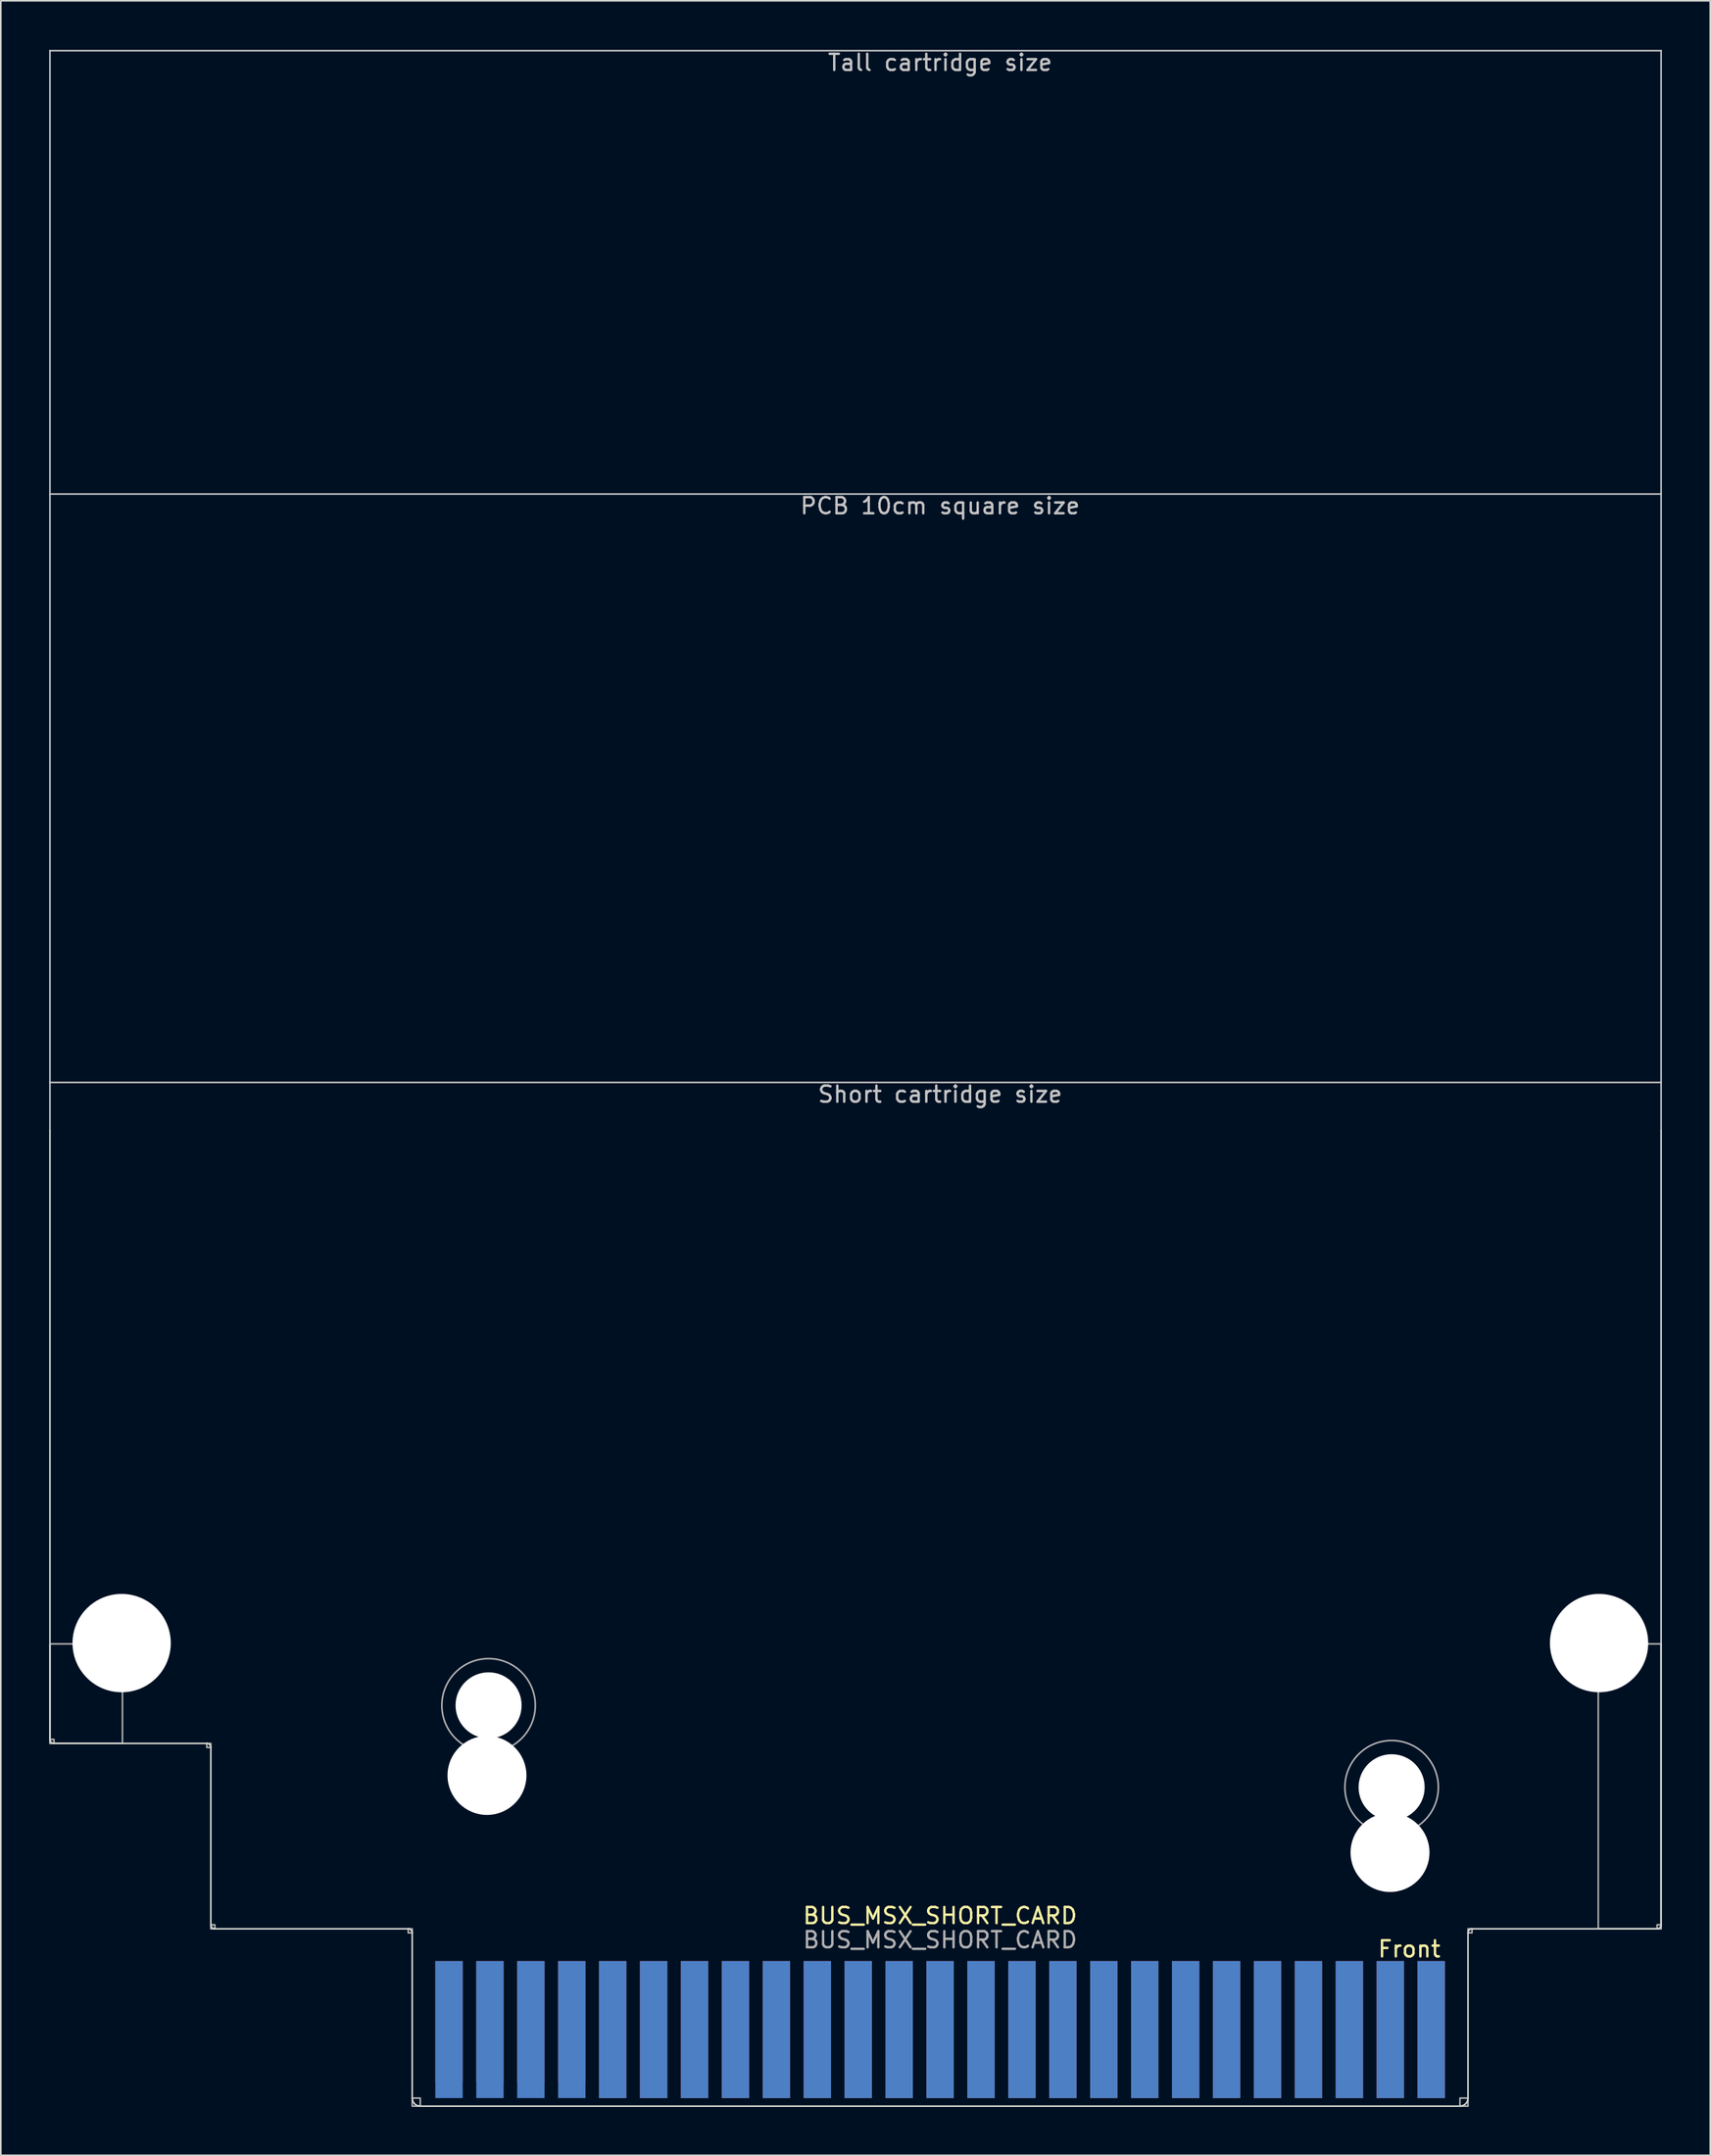
<source format=kicad_pcb>
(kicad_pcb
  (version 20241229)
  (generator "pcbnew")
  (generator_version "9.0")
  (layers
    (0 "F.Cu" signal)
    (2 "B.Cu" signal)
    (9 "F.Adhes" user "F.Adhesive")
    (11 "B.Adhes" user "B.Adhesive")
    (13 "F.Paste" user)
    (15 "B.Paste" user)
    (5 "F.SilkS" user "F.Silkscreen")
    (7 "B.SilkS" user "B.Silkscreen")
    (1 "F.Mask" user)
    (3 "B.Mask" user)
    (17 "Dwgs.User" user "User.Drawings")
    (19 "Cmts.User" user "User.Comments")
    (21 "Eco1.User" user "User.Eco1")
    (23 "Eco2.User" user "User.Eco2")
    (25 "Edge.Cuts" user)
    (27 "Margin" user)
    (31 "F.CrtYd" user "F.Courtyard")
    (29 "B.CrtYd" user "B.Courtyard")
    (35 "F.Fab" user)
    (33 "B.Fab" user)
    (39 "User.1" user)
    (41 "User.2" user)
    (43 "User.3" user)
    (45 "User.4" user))
  (footprint "BUS_MSX_SHORT_CARD"
    (layer "F.Cu")
    (at 55.3 123.284)
    (property "Reference" "BUS_MSX_SHORT_CARD" (at 0 -7.5 0) (layer "F.SilkS") (effects (font (size 1 1) (thickness 0.15))))
    (attr through_hole exclude_from_pos_files exclude_from_bom)
    (fp_rect (start -32.76 -4.69) (end 32.77 4.31) (stroke (width 0.1) (type solid)) (fill yes) (layer "F.Mask"))
    (fp_rect (start -32.76 -4.69) (end 32.77 4.31) (stroke (width 0.1) (type solid)) (fill yes) (layer "B.Mask"))
    (fp_line (start -55.25 -95.69) (end -55.25 -123.19) (stroke (width 0.1) (type solid)) (layer "Dwgs.User"))
    (fp_line (start -55.25 -95.69) (end -55.25 -59.19) (stroke (width 0.1) (type solid)) (layer "Dwgs.User"))
    (fp_line (start -55.25 -56.19) (end -55.25 -59.19) (stroke (width 0.1) (type solid)) (layer "Dwgs.User"))
    (fp_line (start 44.75 -123.19) (end -55.25 -123.19) (stroke (width 0.1) (type solid)) (layer "Dwgs.User"))
    (fp_line (start 44.75 -95.69) (end -55.25 -95.69) (stroke (width 0.1) (type solid)) (layer "Dwgs.User"))
    (fp_line (start 44.75 -95.69) (end 44.75 -123.19) (stroke (width 0.1) (type solid)) (layer "Dwgs.User"))
    (fp_line (start 44.75 -95.69) (end 44.75 -59.19) (stroke (width 0.1) (type solid)) (layer "Dwgs.User"))
    (fp_line (start 44.75 -59.19) (end -55.25 -59.19) (stroke (width 0.1) (type solid)) (layer "Dwgs.User"))
    (fp_line (start 44.75 -56.19) (end 44.75 -59.19) (stroke (width 0.1) (type solid)) (layer "Dwgs.User"))
    (fp_line (start -55.25 -18.44) (end -55.25 -56.19) (stroke (width 0.1) (type default)) (layer "Edge.Cuts"))
    (fp_line (start -45.515 -18.19) (end -55 -18.19) (stroke (width 0.1) (type default)) (layer "Edge.Cuts"))
    (fp_line (start -45.265 -6.94) (end -45.265 -17.94) (stroke (width 0.1) (type default)) (layer "Edge.Cuts"))
    (fp_line (start -33.015 -6.69) (end -45.015 -6.69) (stroke (width 0.1) (type default)) (layer "Edge.Cuts"))
    (fp_line (start -32.765 3.81) (end -32.765 -6.44) (stroke (width 0.1) (type default)) (layer "Edge.Cuts"))
    (fp_line (start 32.265 4.31) (end -32.265 4.31) (stroke (width 0.1) (type default)) (layer "Edge.Cuts"))
    (fp_line (start 32.765 3.81) (end 32.765 -6.44) (stroke (width 0.1) (type default)) (layer "Edge.Cuts"))
    (fp_line (start 33.015 -6.69) (end 44.5 -6.69) (stroke (width 0.1) (type default)) (layer "Edge.Cuts"))
    (fp_line (start 44.75 -6.94) (end 44.75 -56.19) (stroke (width 0.1) (type default)) (layer "Edge.Cuts"))
    (fp_arc (start -55 -18.19) (mid -55.176777 -18.263223) (end -55.25 -18.44) (stroke (width 0.1) (type default)) (layer "Edge.Cuts"))
    (fp_arc (start -45.515 -18.19) (mid -45.338223 -18.116777) (end -45.265 -17.94) (stroke (width 0.1) (type default)) (layer "Edge.Cuts"))
    (fp_arc (start -45.015 -6.69) (mid -45.191777 -6.763223) (end -45.265 -6.94) (stroke (width 0.1) (type default)) (layer "Edge.Cuts"))
    (fp_arc (start -33.015 -6.69) (mid -32.838223 -6.616777) (end -32.765 -6.44) (stroke (width 0.1) (type default)) (layer "Edge.Cuts"))
    (fp_arc (start -32.265 4.31) (mid -32.618553 4.163553) (end -32.765 3.81) (stroke (width 0.1) (type default)) (layer "Edge.Cuts"))
    (fp_arc (start 32.765 -6.44) (mid 32.838223 -6.616777) (end 33.015 -6.69) (stroke (width 0.1) (type default)) (layer "Edge.Cuts"))
    (fp_arc (start 32.765 3.81) (mid 32.618553 4.163553) (end 32.265 4.31) (stroke (width 0.1) (type default)) (layer "Edge.Cuts"))
    (fp_arc (start 44.75 -6.94) (mid 44.676777 -6.763223) (end 44.5 -6.69) (stroke (width 0.1) (type default)) (layer "Edge.Cuts"))
    (fp_rect (start -55.25 -18.44) (end -55 -18.19) (stroke (width 0.1) (type default)) (fill no) (layer "F.Fab"))
    (fp_rect (start -55.25 -18.19) (end -50.75 -24.363) (stroke (width 0.1) (type default)) (fill no) (layer "F.Fab"))
    (fp_rect (start -45.515 -18.19) (end -45.265 -17.94) (stroke (width 0.1) (type solid)) (fill no) (layer "F.Fab"))
    (fp_rect (start -45.265 -6.94) (end -45.015 -6.69) (stroke (width 0.1) (type default)) (fill no) (layer "F.Fab"))
    (fp_rect (start -33.015 -6.69) (end -32.765 -6.44) (stroke (width 0.1) (type default)) (fill no) (layer "F.Fab"))
    (fp_rect (start -32.765 3.81) (end -32.265 4.31) (stroke (width 0.1) (type solid)) (fill no) (layer "F.Fab"))
    (fp_rect (start 32.265 3.81) (end 32.765 4.31) (stroke (width 0.1) (type solid)) (fill no) (layer "F.Fab"))
    (fp_rect (start 32.765 -6.69) (end 33.015 -6.44) (stroke (width 0.1) (type default)) (fill no) (layer "F.Fab"))
    (fp_rect (start 40.85 -24.363) (end 44.75 -6.69) (stroke (width 0.1) (type default)) (fill no) (layer "F.Fab"))
    (fp_rect (start 44.5 -6.94) (end 44.75 -6.69) (stroke (width 0.1) (type default)) (fill no) (layer "F.Fab"))
    (fp_circle (center -28.025 -20.55) (end -25.125 -20.55) (stroke (width 0.1) (type default)) (fill no) (layer "F.Fab"))
    (fp_circle (center 28.025 -15.47) (end 30.925 -15.47) (stroke (width 0.1) (type default)) (fill no) (layer "F.Fab"))
    (fp_text user "Front" (at 27.09 -4.85 0) (unlocked yes) (layer "F.SilkS") (effects (font (size 1 1) (thickness 0.153)) (justify left bottom)))
    (fp_text user "PCB 10cm square size" (at 0 -95.537 0) (unlocked yes) (layer "Dwgs.User") (effects (font (size 1 1) (thickness 0.15)) (justify top)))
    (fp_text user "Short cartridge size" (at 0 -59.037 0) (unlocked yes) (layer "Dwgs.User") (effects (font (size 1 1) (thickness 0.153)) (justify top)))
    (fp_text user "Tall cartridge size" (at 0 -123.037 0) (unlocked yes) (layer "Dwgs.User") (effects (font (size 1 1) (thickness 0.15)) (justify top)))
    (fp_text user "${REFERENCE}" (at 0 -6 0) (layer "F.Fab") (effects (font (size 1 1) (thickness 0.15))))
    (pad "" np_thru_hole circle (at -50.8 -24.413) (size 6.1 6.1) (drill 6.1) (layers "*.Cu" "*.Mask"))
    (pad "" np_thru_hole circle (at -28.125 -16.205) (size 4.9 4.9) (drill 4.9) (layers "*.Cu" "*.Mask"))
    (pad "" np_thru_hole circle (at -28.025 -20.55) (size 4.1 4.1) (drill 4.1) (layers "*.Cu" "*.Mask"))
    (pad "" np_thru_hole circle (at 27.925 -11.425) (size 4.9 4.9) (drill 4.9) (layers "*.Cu" "*.Mask"))
    (pad "" np_thru_hole circle (at 28.025 -15.47) (size 4.1 4.1) (drill 4.1) (layers "*.Cu" "*.Mask"))
    (pad "" np_thru_hole circle (at 40.9 -24.413) (size 6.1 6.1) (drill 6.1) (layers "*.Cu" "*.Mask"))
    (pad "1" connect rect (at 30.48 -0.44) (size 1.7 8.5) (layers "B.Cu" "B.Mask"))
    (pad "2" connect rect (at 30.48 -0.44) (size 1.7 8.5) (layers "F.Cu" "F.Mask"))
    (pad "3" connect rect (at 27.94 -0.44) (size 1.7 8.5) (layers "B.Cu" "B.Mask"))
    (pad "4" connect rect (at 27.94 -0.44) (size 1.7 8.5) (layers "F.Cu" "F.Mask"))
    (pad "5" connect rect (at 25.4 -0.44) (size 1.7 8.5) (layers "B.Cu" "B.Mask"))
    (pad "6" connect rect (at 25.4 -0.44) (size 1.7 8.5) (layers "F.Cu" "F.Mask"))
    (pad "7" connect rect (at 22.86 -0.44) (size 1.7 8.5) (layers "B.Cu" "B.Mask"))
    (pad "8" connect rect (at 22.86 -0.44) (size 1.7 8.5) (layers "F.Cu" "F.Mask"))
    (pad "9" connect rect (at 20.32 -0.44) (size 1.7 8.5) (layers "B.Cu" "B.Mask"))
    (pad "10" connect rect (at 20.32 -0.44) (size 1.7 8.5) (layers "F.Cu" "F.Mask"))
    (pad "11" connect rect (at 17.78 -0.44) (size 1.7 8.5) (layers "B.Cu" "B.Mask"))
    (pad "12" connect rect (at 17.78 -0.44) (size 1.7 8.5) (layers "F.Cu" "F.Mask"))
    (pad "13" connect rect (at 15.24 -0.44) (size 1.7 8.5) (layers "B.Cu" "B.Mask"))
    (pad "14" connect rect (at 15.24 -0.44) (size 1.7 8.5) (layers "F.Cu" "F.Mask"))
    (pad "15" connect rect (at 12.7 -0.44) (size 1.7 8.5) (layers "B.Cu" "B.Mask"))
    (pad "16" connect rect (at 12.7 -0.44) (size 1.7 8.5) (layers "F.Cu" "F.Mask"))
    (pad "17" connect rect (at 10.16 -0.44) (size 1.7 8.5) (layers "B.Cu" "B.Mask"))
    (pad "18" connect rect (at 10.16 -0.44) (size 1.7 8.5) (layers "F.Cu" "F.Mask"))
    (pad "19" connect rect (at 7.62 -0.44) (size 1.7 8.5) (layers "B.Cu" "B.Mask"))
    (pad "20" connect rect (at 7.62 -0.44) (size 1.7 8.5) (layers "F.Cu" "F.Mask"))
    (pad "21" connect rect (at 5.08 -0.44) (size 1.7 8.5) (layers "B.Cu" "B.Mask"))
    (pad "22" connect rect (at 5.08 -0.44) (size 1.7 8.5) (layers "F.Cu" "F.Mask"))
    (pad "23" connect rect (at 2.54 -0.44) (size 1.7 8.5) (layers "B.Cu" "B.Mask"))
    (pad "24" connect rect (at 2.54 -0.44) (size 1.7 8.5) (layers "F.Cu" "F.Mask"))
    (pad "25" connect rect (at 0 -0.44) (size 1.7 8.5) (layers "B.Cu" "B.Mask"))
    (pad "26" connect rect (at 0 -0.44) (size 1.7 8.5) (layers "F.Cu" "F.Mask"))
    (pad "27" connect rect (at -2.54 -0.44) (size 1.7 8.5) (layers "B.Cu" "B.Mask"))
    (pad "28" connect rect (at -2.54 -0.44) (size 1.7 8.5) (layers "F.Cu" "F.Mask"))
    (pad "29" connect rect (at -5.08 -0.44) (size 1.7 8.5) (layers "B.Cu" "B.Mask"))
    (pad "30" connect rect (at -5.08 -0.44) (size 1.7 8.5) (layers "F.Cu" "F.Mask"))
    (pad "31" connect rect (at -7.62 -0.44) (size 1.7 8.5) (layers "B.Cu" "B.Mask"))
    (pad "32" connect rect (at -7.62 -0.44) (size 1.7 8.5) (layers "F.Cu" "F.Mask"))
    (pad "33" connect rect (at -10.16 -0.44) (size 1.7 8.5) (layers "B.Cu" "B.Mask"))
    (pad "34" connect rect (at -10.16 -0.44) (size 1.7 8.5) (layers "F.Cu" "F.Mask"))
    (pad "35" connect rect (at -12.7 -0.44) (size 1.7 8.5) (layers "B.Cu" "B.Mask"))
    (pad "36" connect rect (at -12.7 -0.44) (size 1.7 8.5) (layers "F.Cu" "F.Mask"))
    (pad "37" connect rect (at -15.24 -0.44) (size 1.7 8.5) (layers "B.Cu" "B.Mask"))
    (pad "38" connect rect (at -15.24 -0.44) (size 1.7 8.5) (layers "F.Cu" "F.Mask"))
    (pad "39" connect rect (at -17.78 -0.44) (size 1.7 8.5) (layers "B.Cu" "B.Mask"))
    (pad "40" connect rect (at -17.78 -0.44) (size 1.7 8.5) (layers "F.Cu" "F.Mask"))
    (pad "41" connect rect (at -20.32 -0.44) (size 1.7 8.5) (layers "B.Cu" "B.Mask"))
    (pad "42" connect rect (at -20.32 -0.44) (size 1.7 8.5) (layers "F.Cu" "F.Mask"))
    (pad "43" connect rect (at -22.86 -0.44) (size 1.7 8.5) (layers "B.Cu" "B.Mask"))
    (pad "44" connect rect (at -22.86 -0.94) (size 1.7 7.5) (layers "F.Cu" "F.Mask"))
    (pad "45" connect rect (at -25.4 -0.44) (size 1.7 8.5) (layers "B.Cu" "B.Mask"))
    (pad "46" connect rect (at -25.4 -0.94) (size 1.7 7.5) (layers "F.Cu" "F.Mask"))
    (pad "47" connect rect (at -27.94 -0.44) (size 1.7 8.5) (layers "B.Cu" "B.Mask"))
    (pad "48" connect rect (at -27.94 -0.94) (size 1.7 7.5) (layers "F.Cu" "F.Mask"))
    (pad "49" connect rect (at -30.48 -0.44) (size 1.7 8.5) (layers "B.Cu" "B.Mask"))
    (pad "50" connect rect (at -30.48 -0.94) (size 1.7 7.5) (layers "F.Cu" "F.Mask"))
    (zone (net_name "") (layers "F.Cu" "B.Cu") (hatch edge 0.5) (connect_pads) (min_thickness 0.25) (filled_areas_thickness no) (keepout (tracks not_allowed) (vias not_allowed) (pads not_allowed) (copperpour not_allowed) (footprints allowed)) (placement (enabled no)) (fill) (polygon (pts (xy 23.97 118.594) (xy 22.56 118.594) (xy 22.56 127.573) (xy 88.04 127.573) (xy 88.04 118.594) (xy 86.63 118.594) (xy 86.63 127.094) (xy 84.93 127.094) (xy 84.93 118.594) (xy 84.09 118.594) (xy 84.09 127.094) (xy 82.39 127.094) (xy 82.39 118.594) (xy 81.55 118.594) (xy 81.55 127.094) (xy 79.85 127.094) (xy 79.85 118.594) (xy 79.01 118.594) (xy 79.01 127.094) (xy 77.31 127.094) (xy 77.31 118.594) (xy 76.47 118.594) (xy 76.47 127.094) (xy 74.77 127.094) (xy 74.77 118.594) (xy 73.93 118.594) (xy 73.93 127.094) (xy 72.23 127.094) (xy 72.23 118.594) (xy 71.39 118.594) (xy 71.39 127.094) (xy 69.69 127.094) (xy 69.69 118.594) (xy 68.85 118.594) (xy 68.85 127.094) (xy 67.15 127.094) (xy 67.15 118.594) (xy 66.31 118.594) (xy 66.31 127.094) (xy 64.61 127.094) (xy 64.61 118.594) (xy 63.77 118.594) (xy 63.77 127.094) (xy 62.07 127.094) (xy 62.07 118.594) (xy 61.23 118.594) (xy 61.23 127.094) (xy 59.53 127.094) (xy 59.53 118.594) (xy 58.69 118.594) (xy 58.69 127.094) (xy 56.99 127.094) (xy 56.99 118.594) (xy 56.15 118.594) (xy 56.15 127.094) (xy 54.45 127.094) (xy 54.45 118.594) (xy 53.61 118.594) (xy 53.61 127.094) (xy 51.91 127.094) (xy 51.91 118.594) (xy 51.07 118.594) (xy 51.07 127.094) (xy 49.37 127.094) (xy 49.37 118.594) (xy 48.53 118.594) (xy 48.53 127.094) (xy 46.83 127.094) (xy 46.83 118.594) (xy 45.99 118.594) (xy 45.99 127.094) (xy 44.29 127.094) (xy 44.29 118.594) (xy 43.45 118.594) (xy 43.45 127.094) (xy 41.75 127.094) (xy 41.75 118.594) (xy 40.91 118.594) (xy 40.91 127.094) (xy 39.21 127.094) (xy 39.21 118.594) (xy 38.37 118.594) (xy 38.37 127.094) (xy 36.67 127.094) (xy 36.67 118.594) (xy 35.83 118.594) (xy 35.83 127.094) (xy 34.13 127.094) (xy 34.13 118.594) (xy 33.29 118.594) (xy 33.29 127.094) (xy 31.59 127.094) (xy 31.59 118.594) (xy 30.75 118.594) (xy 30.75 127.094) (xy 29.05 127.094) (xy 29.05 118.594) (xy 28.21 118.594) (xy 28.21 127.094) (xy 26.51 127.094) (xy 26.51 118.594) (xy 25.67 118.594) (xy 25.67 127.094) (xy 23.97 127.094)))))
  (gr_rect
    (start -3 -3)
    (end 103.1 130.643)
    (stroke (width 0.1) (type default))
    (fill no)
    (layer "Edge.Cuts")))
</source>
